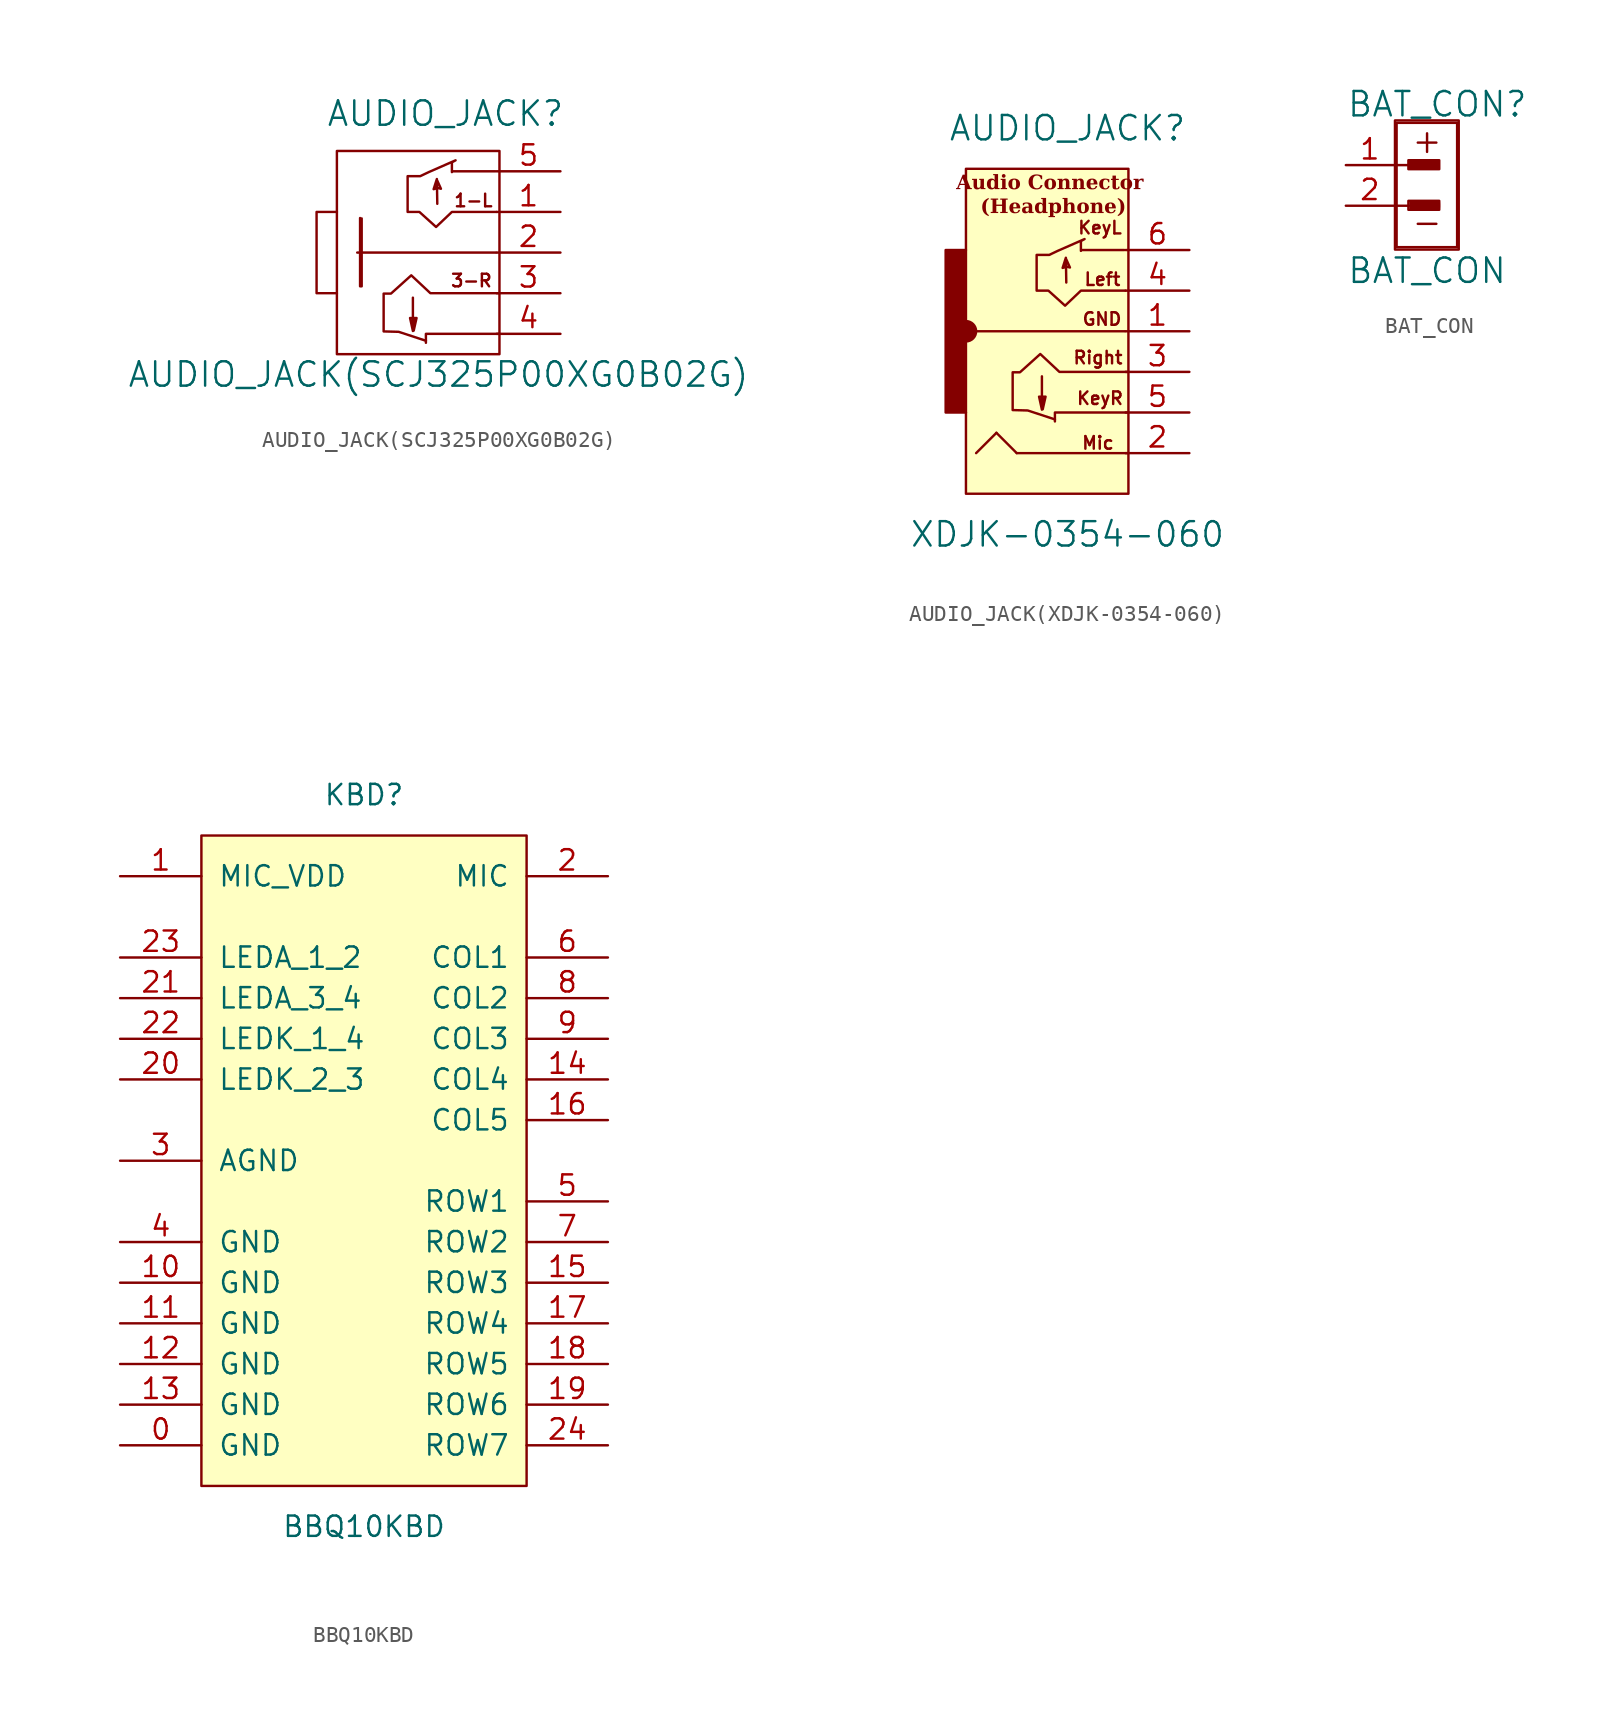
<source format=kicad_sym>
(kicad_symbol_lib
  (version 20220914)
  (generator kicad_symbol_editor)
  (symbol "AUDIO_JACK(SCJ325P00XG0B02G)"
    (pin_names
      (offset 1.016))
    (property "Reference" "AUDIO_JACK"
      (at 0.432 8.687 0)
      (effects (font (size 1.524 1.524))))
    (property "Value" "AUDIO_JACK(SCJ325P00XG0B02G)"
      (at 0 -7.62 0)
      (effects (font (size 1.524 1.524))))
    (property "Datasheet" ""
      (at -1.27 -1.27 0)
      (effects (font (size 1.524 1.524))))
    (symbol "AUDIO_JACK(SCJ325P00XG0B02G)_0_0"
      (polyline (pts (xy -5.08 0) (xy 3.581 0)) (stroke (width 0) (type solid)) (fill (type none)))
      (polyline (pts (xy -1.473 -4.191) (xy -1.549 -4.547)) (stroke (width 0) (type solid)) (fill (type none)))
      (polyline (pts (xy 3.556 5.08) (xy 0.864 5.08)) (stroke (width 0) (type solid)) (fill (type none)))
      (polyline (pts (xy 3.81 -5.08) (xy -0.787 -5.08) (xy -0.787 -5.639) (xy -0.787 -5.613)) (stroke (width 0) (type solid)) (fill (type none)))
      (polyline (pts (xy -4.902 2.159) (xy -4.902 -2.108) (xy -4.801 -2.108) (xy -4.801 2.134) (xy -4.877 -1.956)) (stroke (width 0) (type solid)) (fill (type none)))
      (polyline (pts (xy -1.6 -2.819) (xy -1.6 -4.902) (xy -1.778 -4.089) (xy -1.372 -4.089) (xy -1.549 -4.877)) (stroke (width 0) (type solid)) (fill (type none)))
      (polyline (pts (xy -0.076 3.048) (xy -0.102 4.597) (xy -0.305 3.962) (xy -0.127 4.013) (xy -0.076 4.496) (xy 0.152 3.988) (xy -0.051 4.039)) (stroke (width 0) (type solid)) (fill (type none)))
      (polyline (pts (xy -0.787 -5.512) (xy -2.489 -4.953) (xy -3.429 -4.928) (xy -3.429 -2.565) (xy -2.972 -2.565) (xy -1.702 -1.422) (xy -0.508 -2.54) (xy 3.81 -2.54)) (stroke (width 0) (type solid)) (fill (type none)))
      (polyline (pts (xy 0.838 5.029) (xy 0.838 5.639) (xy 1.067 5.766) (xy -0.61 5.029) (xy -1.143 4.775) (xy -1.93 4.775) (xy -1.93 2.54) (xy -1.194 2.54) (xy -0.152 1.6) (xy 0.838 2.54) (xy 3.607 2.54)) (stroke (width 0) (type solid)) (fill (type none)))
      (text "1-L" (at 2.184 3.251 0) (effects (font (size 0.787 0.787))))
      (text "3-R" (at 2.057 -1.753 0) (effects (font (size 0.787 0.787)))))
    (symbol "AUDIO_JACK(SCJ325P00XG0B02G)_0_1"
      (polyline (pts (xy -6.35 2.54) (xy -7.62 2.54) (xy -7.62 -2.54) (xy -6.35 -2.54)) (stroke (width 0) (type solid)) (fill (type none)))
      (rectangle (start 3.81 6.35) (end -6.35 -6.35) (stroke (width 0) (type solid)) (fill (type none))))
    (symbol "AUDIO_JACK(SCJ325P00XG0B02G)_1_1"
      (pin passive line (at 7.62 2.54 180) (length 3.988) (name "~" (effects (font (size 1.27 1.27)))) (number "1" (effects (font (size 1.27 1.27)))))
      (pin passive line (at 7.62 0 180) (length 3.988) (name "~" (effects (font (size 1.27 1.27)))) (number "2" (effects (font (size 1.27 1.27)))))
      (pin passive line (at 7.62 -2.54 180) (length 3.988) (name "~" (effects (font (size 1.27 1.27)))) (number "3" (effects (font (size 1.27 1.27)))))
      (pin passive line (at 7.62 -5.08 180) (length 3.988) (name "~" (effects (font (size 1.27 1.27)))) (number "4" (effects (font (size 1.27 1.27)))))
      (pin passive line (at 7.62 5.08 180) (length 3.988) (name "~" (effects (font (size 1.27 1.27)))) (number "5" (effects (font (size 1.27 1.27)))))))
  (symbol "AUDIO_JACK(XDJK-0354-060)"
    (pin_names
      (offset 1.016))
    (property "Reference" "AUDIO_JACK"
      (at 0 12.7 0)
      (effects (font (size 1.524 1.524))))
    (property "Value" "XDJK-0354-060"
      (at 0 -12.7 0)
      (effects (font (size 1.524 1.524))))
    (symbol "AUDIO_JACK(XDJK-0354-060)_0_0"
      (polyline (pts (xy -6.35 0) (xy 3.581 0)) (stroke (width 0) (type solid)) (fill (type none)))
      (polyline (pts (xy -1.473 -4.191) (xy -1.549 -4.547)) (stroke (width 0) (type solid)) (fill (type none)))
      (polyline (pts (xy 3.556 5.08) (xy 0.864 5.08)) (stroke (width 0) (type solid)) (fill (type none)))
      (polyline (pts (xy 3.81 -5.08) (xy -0.787 -5.08) (xy -0.787 -5.639) (xy -0.787 -5.613)) (stroke (width 0) (type solid)) (fill (type none)))
      (polyline (pts (xy -1.6 -2.819) (xy -1.6 -4.902) (xy -1.778 -4.089) (xy -1.372 -4.089) (xy -1.549 -4.877)) (stroke (width 0) (type solid)) (fill (type none)))
      (polyline (pts (xy -0.076 3.048) (xy -0.102 4.597) (xy -0.305 3.962) (xy -0.127 4.013) (xy -0.076 4.496) (xy 0.152 3.988) (xy -0.051 4.039)) (stroke (width 0) (type solid)) (fill (type none)))
      (polyline (pts (xy -0.787 -5.512) (xy -2.489 -4.953) (xy -3.429 -4.928) (xy -3.429 -2.565) (xy -2.972 -2.565) (xy -1.702 -1.422) (xy -0.508 -2.54) (xy 3.81 -2.54)) (stroke (width 0) (type solid)) (fill (type none)))
      (polyline (pts (xy 0.838 5.029) (xy 0.838 5.639) (xy 1.067 5.766) (xy -0.61 5.029) (xy -1.143 4.775) (xy -1.93 4.775) (xy -1.93 2.54) (xy -1.194 2.54) (xy -0.152 1.6) (xy 0.838 2.54) (xy 3.607 2.54)) (stroke (width 0) (type solid)) (fill (type none))))
    (symbol "AUDIO_JACK(XDJK-0354-060)_1_0"
      (text "Audio Connector \n(Headphone)" (at -0.889 8.509 0) (effects (font (face "Liberation Serif") (size 0.889 0.889) bold)))
      (text "GND" (at 2.159 0.762 0) (effects (font (size 0.787 0.787))))
      (text "KeyL" (at 2.032 6.477 0) (effects (font (size 0.787 0.787))))
      (text "KeyR" (at 2.032 -4.191 0) (effects (font (size 0.787 0.787))))
      (text "Left" (at 2.184 3.251 0) (effects (font (size 0.787 0.787))))
      (text "Mic" (at 1.905 -6.985 0) (effects (font (size 0.787 0.787))))
      (text "Right" (at 1.905 -1.651 0) (effects (font (size 0.787 0.787)))))
    (symbol "AUDIO_JACK(XDJK-0354-060)_1_1"
      (circle (center -6.35 0) (radius 0.635) (stroke (width 0) (type default)) (fill (type outline)))
      (rectangle (start -6.35 10.16) (end 3.81 -10.16) (stroke (width 0) (type solid)) (fill (type background)))
      (polyline (pts (xy -4.445 -6.35) (xy -5.715 -7.62)) (stroke (width 0) (type default)) (fill (type none)))
      (polyline (pts (xy -4.445 -6.35) (xy -3.175 -7.62)) (stroke (width 0) (type default)) (fill (type none)))
      (polyline (pts (xy -3.175 -7.62) (xy 3.81 -7.62)) (stroke (width 0) (type default)) (fill (type none)))
      (polyline (pts (xy -6.35 5.08) (xy -7.62 5.08) (xy -7.62 -5.08) (xy -6.35 -5.08)) (stroke (width 0) (type solid)) (fill (type outline)))
      (pin passive line (at 7.62 0 180) (length 3.988) (name "~" (effects (font (size 1.27 1.27)))) (number "1" (effects (font (size 1.27 1.27)))))
      (pin passive line (at 7.62 -7.62 180) (length 3.988) (name "~" (effects (font (size 1.27 1.27)))) (number "2" (effects (font (size 1.27 1.27)))))
      (pin passive line (at 7.62 -2.54 180) (length 3.988) (name "~" (effects (font (size 1.27 1.27)))) (number "3" (effects (font (size 1.27 1.27)))))
      (pin passive line (at 7.62 2.54 180) (length 3.988) (name "~" (effects (font (size 1.27 1.27)))) (number "4" (effects (font (size 1.27 1.27)))))
      (pin passive line (at 7.62 -5.08 180) (length 3.988) (name "~" (effects (font (size 1.27 1.27)))) (number "5" (effects (font (size 1.27 1.27)))))
      (pin passive line (at 7.62 5.08 180) (length 3.988) (name "~" (effects (font (size 1.27 1.27)))) (number "6" (effects (font (size 1.27 1.27)))))))
  (symbol "BAT_CON"
    (pin_names
      (offset 1.016))
    (property "Reference" "BAT_CON"
      (at 0.635 5.08 0)
      (effects (font (size 1.524 1.524))))
    (property "Value" "BAT_CON"
      (at 0 -5.334 0)
      (effects (font (size 1.524 1.524))))
    (property "Footprint" ""
      (at 0 0 0)
      (effects (font (size 1.524 1.524))))
    (property "Datasheet" ""
      (at 0 0 0)
      (effects (font (size 1.524 1.524))))
    (symbol "BAT_CON_0_0"
      (rectangle (start -2.007 4.064) (end 1.981 -4.013) (stroke (width 0) (type solid)) (fill (type none)))
      (rectangle (start -1.905 3.912) (end 1.88 -3.861) (stroke (width 0) (type solid)) (fill (type none)))
      (rectangle (start -1.168 -0.965) (end 0.762 -1.524) (stroke (width 0) (type solid)) (fill (type none)))
      (rectangle (start -1.168 1.575) (end 0.762 1.016) (stroke (width 0) (type solid)) (fill (type none)))
      (rectangle (start -1.041 1.372) (end 0.635 1.168) (stroke (width 0) (type solid)) (fill (type none)))
      (rectangle (start -0.94 -1.143) (end 0.737 -1.346) (stroke (width 0) (type solid)) (fill (type none)))
      (polyline (pts (xy -1.905 -1.27) (xy -1.143 -1.27)) (stroke (width 0) (type solid)) (fill (type none)))
      (polyline (pts (xy -1.905 1.27) (xy -1.143 1.27)) (stroke (width 0) (type solid)) (fill (type none)))
      (rectangle (start 0.686 1.245) (end -0.965 1.346) (stroke (width 0) (type solid)) (fill (type none)))
      (rectangle (start 0.711 -1.321) (end -0.94 -1.219) (stroke (width 0) (type solid)) (fill (type none)))
      (rectangle (start 0.711 1.118) (end -1.067 1.473) (stroke (width 0) (type solid)) (fill (type none)))
      (rectangle (start 0.737 -1.422) (end -1.041 -1.067) (stroke (width 0) (type solid)) (fill (type none)))
      (text "+" (at 0 2.794 0) (effects (font (size 1.524 1.524))))
      (text "-" (at 0 -2.286 0) (effects (font (size 1.524 1.524)))))
    (symbol "BAT_CON_1_1"
      (pin passive line (at -5.08 1.27 0) (length 2.997) (name "~" (effects (font (size 1.27 1.27)))) (number "1" (effects (font (size 1.27 1.27)))))
      (pin passive line (at -5.08 -1.27 0) (length 2.997) (name "~" (effects (font (size 1.27 1.27)))) (number "2" (effects (font (size 1.27 1.27)))))))
  (symbol "BBQ10KBD"
    (pin_names
      (offset 1.016))
    (property "Reference" "KBD"
      (at 0 20.32 0)
      (effects (font (size 1.27 1.27))))
    (property "Value" "BBQ10KBD"
      (at 0 -25.4 0)
      (effects (font (size 1.27 1.27))))
    (symbol "BBQ10KBD_0_1"
      (rectangle (start -10.16 17.78) (end 10.16 -22.86) (stroke (width 0) (type solid)) (fill (type background))))
    (symbol "BBQ10KBD_1_1"
      (pin power_in line (at -15.24 -20.32 0) (length 5.08) (name "GND" (effects (font (size 1.27 1.27)))) (number "0" (effects (font (size 1.27 1.27)))))
      (pin power_in line (at -15.24 15.24 0) (length 5.08) (name "MIC_VDD" (effects (font (size 1.27 1.27)))) (number "1" (effects (font (size 1.27 1.27)))))
      (pin power_in line (at -15.24 -10.16 0) (length 5.08) (name "GND" (effects (font (size 1.27 1.27)))) (number "10" (effects (font (size 1.27 1.27)))))
      (pin power_in line (at -15.24 -12.7 0) (length 5.08) (name "GND" (effects (font (size 1.27 1.27)))) (number "11" (effects (font (size 1.27 1.27)))))
      (pin power_in line (at -15.24 -15.24 0) (length 5.08) (name "GND" (effects (font (size 1.27 1.27)))) (number "12" (effects (font (size 1.27 1.27)))))
      (pin power_in line (at -15.24 -17.78 0) (length 5.08) (name "GND" (effects (font (size 1.27 1.27)))) (number "13" (effects (font (size 1.27 1.27)))))
      (pin input line (at 15.24 2.54 180) (length 5.08) (name "COL4" (effects (font (size 1.27 1.27)))) (number "14" (effects (font (size 1.27 1.27)))))
      (pin output line (at 15.24 -10.16 180) (length 5.08) (name "ROW3" (effects (font (size 1.27 1.27)))) (number "15" (effects (font (size 1.27 1.27)))))
      (pin input line (at 15.24 0 180) (length 5.08) (name "COL5" (effects (font (size 1.27 1.27)))) (number "16" (effects (font (size 1.27 1.27)))))
      (pin output line (at 15.24 -12.7 180) (length 5.08) (name "ROW4" (effects (font (size 1.27 1.27)))) (number "17" (effects (font (size 1.27 1.27)))))
      (pin output line (at 15.24 -15.24 180) (length 5.08) (name "ROW5" (effects (font (size 1.27 1.27)))) (number "18" (effects (font (size 1.27 1.27)))))
      (pin output line (at 15.24 -17.78 180) (length 5.08) (name "ROW6" (effects (font (size 1.27 1.27)))) (number "19" (effects (font (size 1.27 1.27)))))
      (pin output line (at 15.24 15.24 180) (length 5.08) (name "MIC" (effects (font (size 1.27 1.27)))) (number "2" (effects (font (size 1.27 1.27)))))
      (pin input line (at -15.24 2.54 0) (length 5.08) (name "LEDK_2_3" (effects (font (size 1.27 1.27)))) (number "20" (effects (font (size 1.27 1.27)))))
      (pin input line (at -15.24 7.62 0) (length 5.08) (name "LEDA_3_4" (effects (font (size 1.27 1.27)))) (number "21" (effects (font (size 1.27 1.27)))))
      (pin input line (at -15.24 5.08 0) (length 5.08) (name "LEDK_1_4" (effects (font (size 1.27 1.27)))) (number "22" (effects (font (size 1.27 1.27)))))
      (pin input line (at -15.24 10.16 0) (length 5.08) (name "LEDA_1_2" (effects (font (size 1.27 1.27)))) (number "23" (effects (font (size 1.27 1.27)))))
      (pin output line (at 15.24 -20.32 180) (length 5.08) (name "ROW7" (effects (font (size 1.27 1.27)))) (number "24" (effects (font (size 1.27 1.27)))))
      (pin power_in line (at -15.24 -2.54 0) (length 5.08) (name "AGND" (effects (font (size 1.27 1.27)))) (number "3" (effects (font (size 1.27 1.27)))))
      (pin power_in line (at -15.24 -7.62 0) (length 5.08) (name "GND" (effects (font (size 1.27 1.27)))) (number "4" (effects (font (size 1.27 1.27)))))
      (pin output line (at 15.24 -5.08 180) (length 5.08) (name "ROW1" (effects (font (size 1.27 1.27)))) (number "5" (effects (font (size 1.27 1.27)))))
      (pin input line (at 15.24 10.16 180) (length 5.08) (name "COL1" (effects (font (size 1.27 1.27)))) (number "6" (effects (font (size 1.27 1.27)))))
      (pin output line (at 15.24 -7.62 180) (length 5.08) (name "ROW2" (effects (font (size 1.27 1.27)))) (number "7" (effects (font (size 1.27 1.27)))))
      (pin input line (at 15.24 7.62 180) (length 5.08) (name "COL2" (effects (font (size 1.27 1.27)))) (number "8" (effects (font (size 1.27 1.27)))))
      (pin input line (at 15.24 5.08 180) (length 5.08) (name "COL3" (effects (font (size 1.27 1.27)))) (number "9" (effects (font (size 1.27 1.27))))))))
</source>
